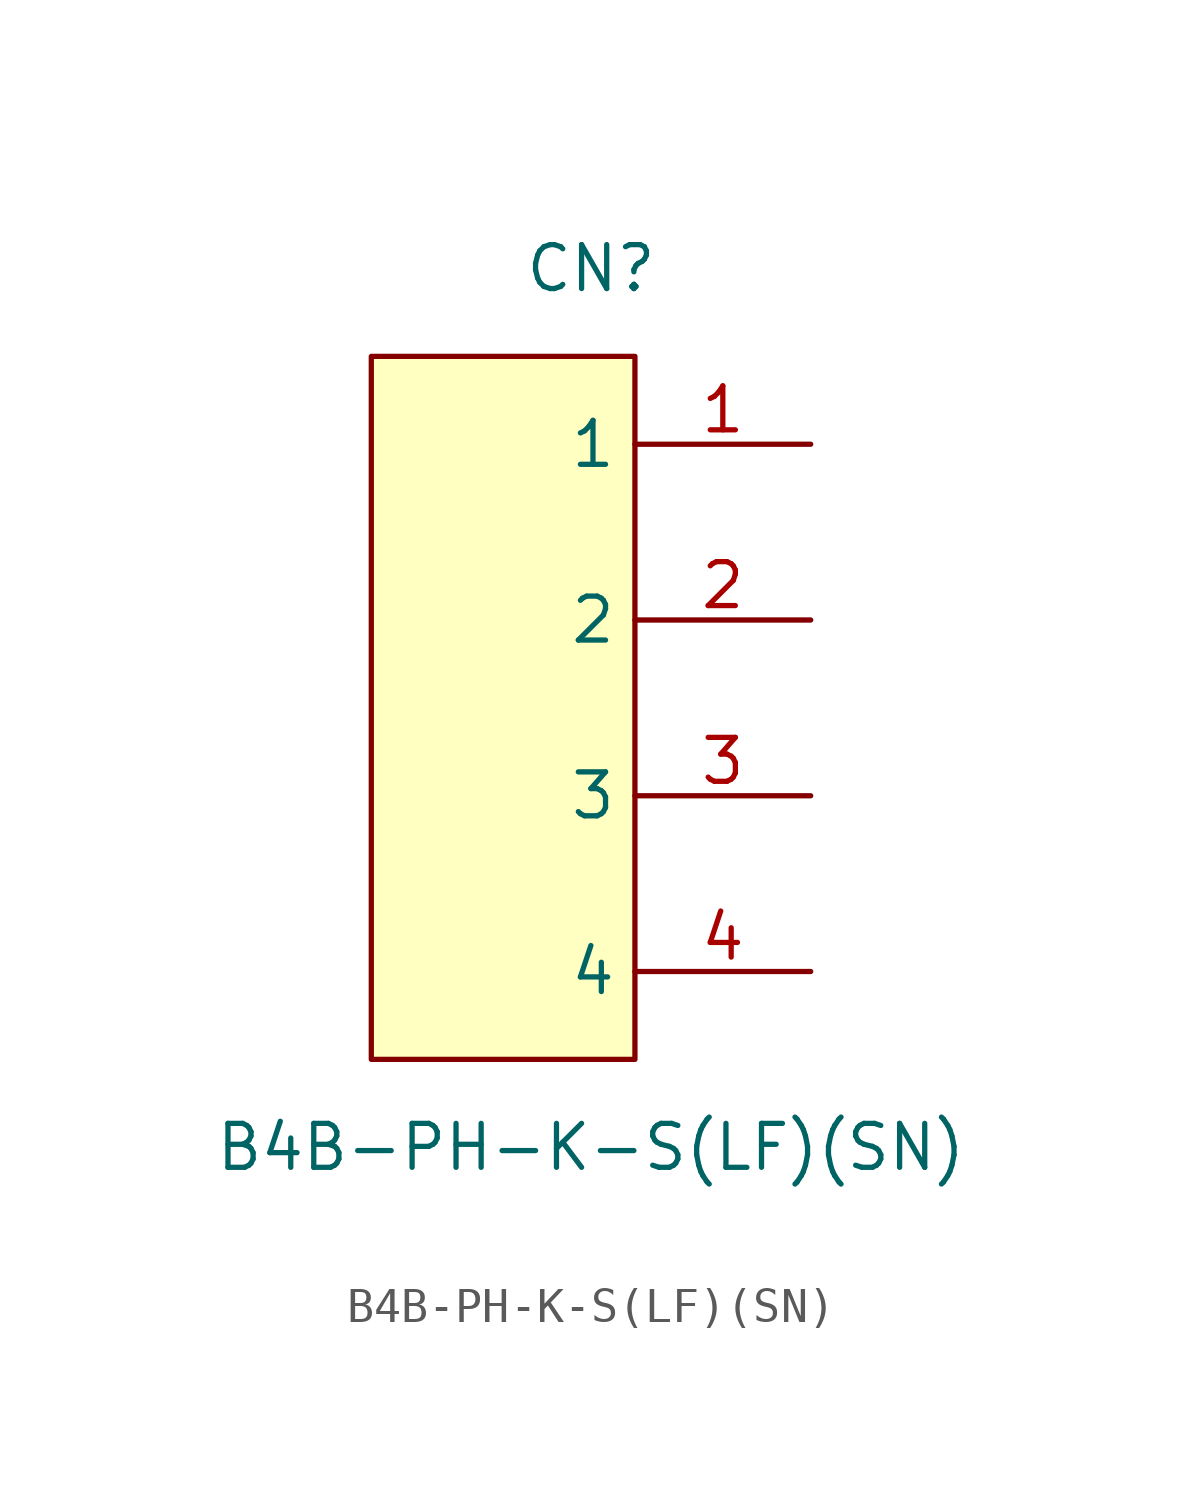
<source format=kicad_sym>
(kicad_symbol_lib
  (version 20211014)
  (generator https://github.com/uPesy/easyeda2kicad.py)
  (symbol "B4B-PH-K-S(LF)(SN)"
    (property "Reference" "CN"
      (at 0 12.70 0)
      (effects (font (size 1.27 1.27))))
    (property "Value" "B4B-PH-K-S(LF)(SN)"
      (at 0 -12.70 0)
      (effects (font (size 1.27 1.27))))
    (symbol "B4B-PH-K-S(LF)(SN)_0_1"
      (rectangle (start -6.35 10.16) (end 1.27 -10.16) (stroke (width 0) (type default) (color 0 0 0 0)) (fill (type background)))
      (pin input line (at 6.35 7.62 180) (length 5.08) (name "1" (effects (font (size 1.27 1.27)))) (number "1" (effects (font (size 1.27 1.27)))))
      (pin input line (at 6.35 2.54 180) (length 5.08) (name "2" (effects (font (size 1.27 1.27)))) (number "2" (effects (font (size 1.27 1.27)))))
      (pin input line (at 6.35 -2.54 180) (length 5.08) (name "3" (effects (font (size 1.27 1.27)))) (number "3" (effects (font (size 1.27 1.27)))))
      (pin input line (at 6.35 -7.62 180) (length 5.08) (name "4" (effects (font (size 1.27 1.27)))) (number "4" (effects (font (size 1.27 1.27))))))))
</source>
